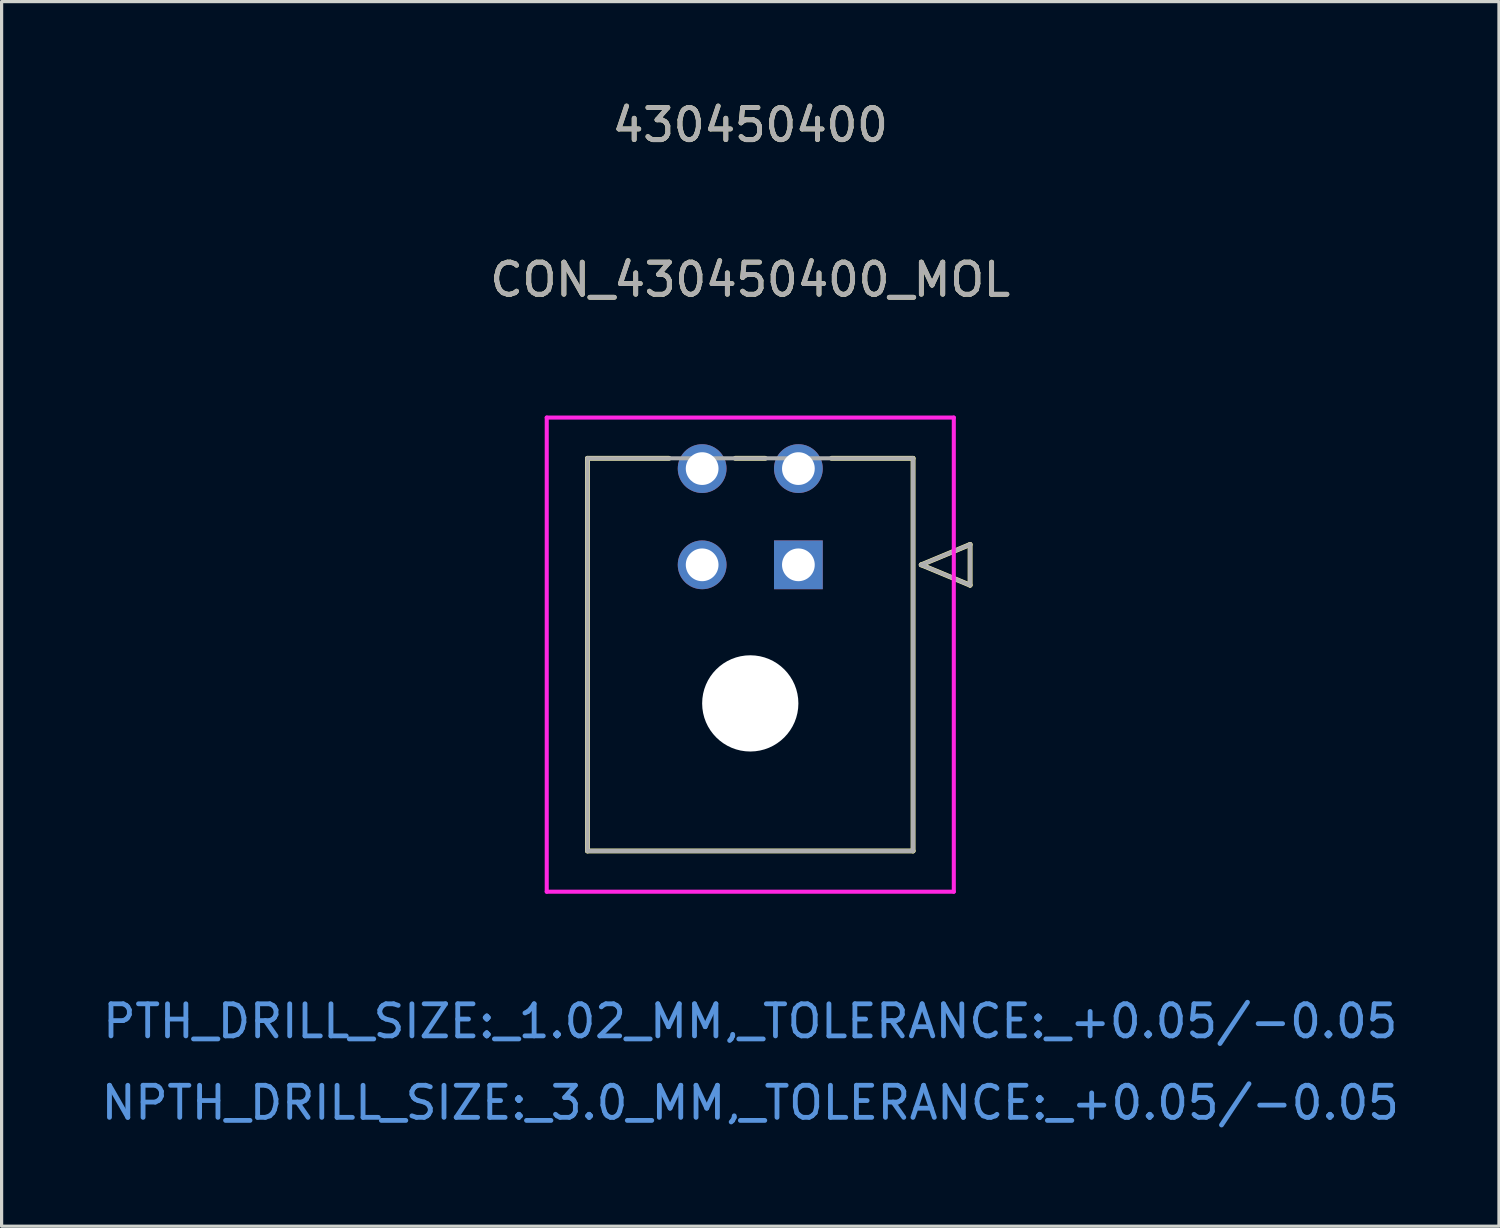
<source format=kicad_pcb>
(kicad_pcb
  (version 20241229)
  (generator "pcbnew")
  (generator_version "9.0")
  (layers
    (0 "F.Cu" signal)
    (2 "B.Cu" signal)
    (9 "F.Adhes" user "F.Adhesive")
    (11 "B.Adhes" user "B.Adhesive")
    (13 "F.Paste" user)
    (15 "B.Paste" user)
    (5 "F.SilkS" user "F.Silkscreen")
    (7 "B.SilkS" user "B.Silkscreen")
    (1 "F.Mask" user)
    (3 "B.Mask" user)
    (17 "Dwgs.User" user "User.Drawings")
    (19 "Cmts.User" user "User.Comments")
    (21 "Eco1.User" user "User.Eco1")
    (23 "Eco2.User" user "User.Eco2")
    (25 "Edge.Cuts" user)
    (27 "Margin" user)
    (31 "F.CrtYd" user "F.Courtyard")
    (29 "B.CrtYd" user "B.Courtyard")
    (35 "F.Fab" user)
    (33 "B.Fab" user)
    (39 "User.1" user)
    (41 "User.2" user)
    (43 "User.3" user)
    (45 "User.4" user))
  (footprint "CON_430450400_MOL"
    (layer "F.Cu")
    (at 21.839 14.558)
    (property "Reference" "CON_430450400_MOL" (at -1.5 -8.89 0) (unlocked yes) (layer "F.SilkS") (effects (font (size 1 1) (thickness 0.15))))
    (attr through_hole)
    (fp_line (start -6.575 -3.32) (end -6.575 8.92) (stroke (width 0.152) (type solid)) (layer "F.SilkS"))
    (fp_line (start -6.575 8.92) (end 3.575 8.92) (stroke (width 0.152) (type solid)) (layer "F.SilkS"))
    (fp_line (start -4.032 -3.32) (end -6.575 -3.32) (stroke (width 0.152) (type solid)) (layer "F.SilkS"))
    (fp_line (start -1.032 -3.32) (end -1.968 -3.32) (stroke (width 0.152) (type solid)) (layer "F.SilkS"))
    (fp_line (start 3.575 -3.32) (end 1.032 -3.32) (stroke (width 0.152) (type solid)) (layer "F.SilkS"))
    (fp_line (start 3.575 8.92) (end 3.575 -3.32) (stroke (width 0.152) (type solid)) (layer "F.SilkS"))
    (fp_line (start 3.829 0) (end 5.353 -0.635) (stroke (width 0.152) (type solid)) (layer "F.SilkS"))
    (fp_line (start 5.353 -0.635) (end 5.353 0.635) (stroke (width 0.152) (type solid)) (layer "F.SilkS"))
    (fp_line (start 5.353 0.635) (end 3.829 0) (stroke (width 0.152) (type solid)) (layer "F.SilkS"))
    (fp_line (start -7.845 -4.59) (end -7.845 10.19) (stroke (width 0.127) (type solid)) (layer "F.CrtYd"))
    (fp_line (start -7.845 10.19) (end 4.845 10.19) (stroke (width 0.127) (type solid)) (layer "F.CrtYd"))
    (fp_line (start 4.845 -4.59) (end -7.845 -4.59) (stroke (width 0.127) (type solid)) (layer "F.CrtYd"))
    (fp_line (start 4.845 10.19) (end 4.845 -4.59) (stroke (width 0.127) (type solid)) (layer "F.CrtYd"))
    (fp_line (start -6.575 -3.32) (end -6.575 8.92) (stroke (width 0.127) (type solid)) (layer "F.Fab"))
    (fp_line (start -6.575 8.92) (end 3.575 8.92) (stroke (width 0.127) (type solid)) (layer "F.Fab"))
    (fp_line (start 3.575 -3.32) (end -6.575 -3.32) (stroke (width 0.127) (type solid)) (layer "F.Fab"))
    (fp_line (start 3.575 8.92) (end 3.575 -3.32) (stroke (width 0.127) (type solid)) (layer "F.Fab"))
    (fp_line (start 3.829 0) (end 5.353 -0.635) (stroke (width 0.127) (type solid)) (layer "F.Fab"))
    (fp_line (start 5.353 -0.635) (end 5.353 0.635) (stroke (width 0.127) (type solid)) (layer "F.Fab"))
    (fp_line (start 5.353 0.635) (end 3.829 0) (stroke (width 0.127) (type solid)) (layer "F.Fab"))
    (fp_text user "430450400" (at -1.5 -13.71 0) (unlocked yes) (layer "F.SilkS") (effects (font (size 1 1) (thickness 0.15))))
    (fp_text user "PTH_DRILL_SIZE:_1.02_MM,_TOLERANCE:_+0.05/-0.05" (at -1.5 14.23 0) (unlocked yes) (layer "Cmts.User") (effects (font (size 1 1) (thickness 0.15))))
    (fp_text user "NPTH_DRILL_SIZE:_3.0_MM,_TOLERANCE:_+0.05/-0.05" (at -1.5 16.77 0) (unlocked yes) (layer "Cmts.User") (effects (font (size 1 1) (thickness 0.15))))
    (fp_text user "430450400" (at -1.5 -13.71 0) (unlocked yes) (layer "F.Fab") (effects (font (size 1 1) (thickness 0.15))))
    (fp_text user "${REFERENCE}" (at -1.5 -8.89 0) (unlocked yes) (layer "F.Fab") (effects (font (size 1 1) (thickness 0.15))))
    (pad "" np_thru_hole circle (at -1.5 4.32) (size 3 3) (drill 3) (layers "*.Cu" "*.Mask"))
    (pad "1" thru_hole rect (at 0 0) (size 1.52 1.52) (drill 1.02) (layers "*.Cu" "*.Mask"))
    (pad "2" thru_hole circle (at -3 0) (size 1.52 1.52) (drill 1.02) (layers "*.Cu" "*.Mask"))
    (pad "3" thru_hole circle (at 0 -3) (size 1.52 1.52) (drill 1.02) (layers "*.Cu" "*.Mask"))
    (pad "4" thru_hole circle (at -3 -3) (size 1.52 1.52) (drill 1.02) (layers "*.Cu" "*.Mask")))
  (gr_rect
    (start -3 -3)
    (end 43.679 35.176)
    (stroke (width 0.1) (type default))
    (fill no)
    (layer "Edge.Cuts")))
</source>
